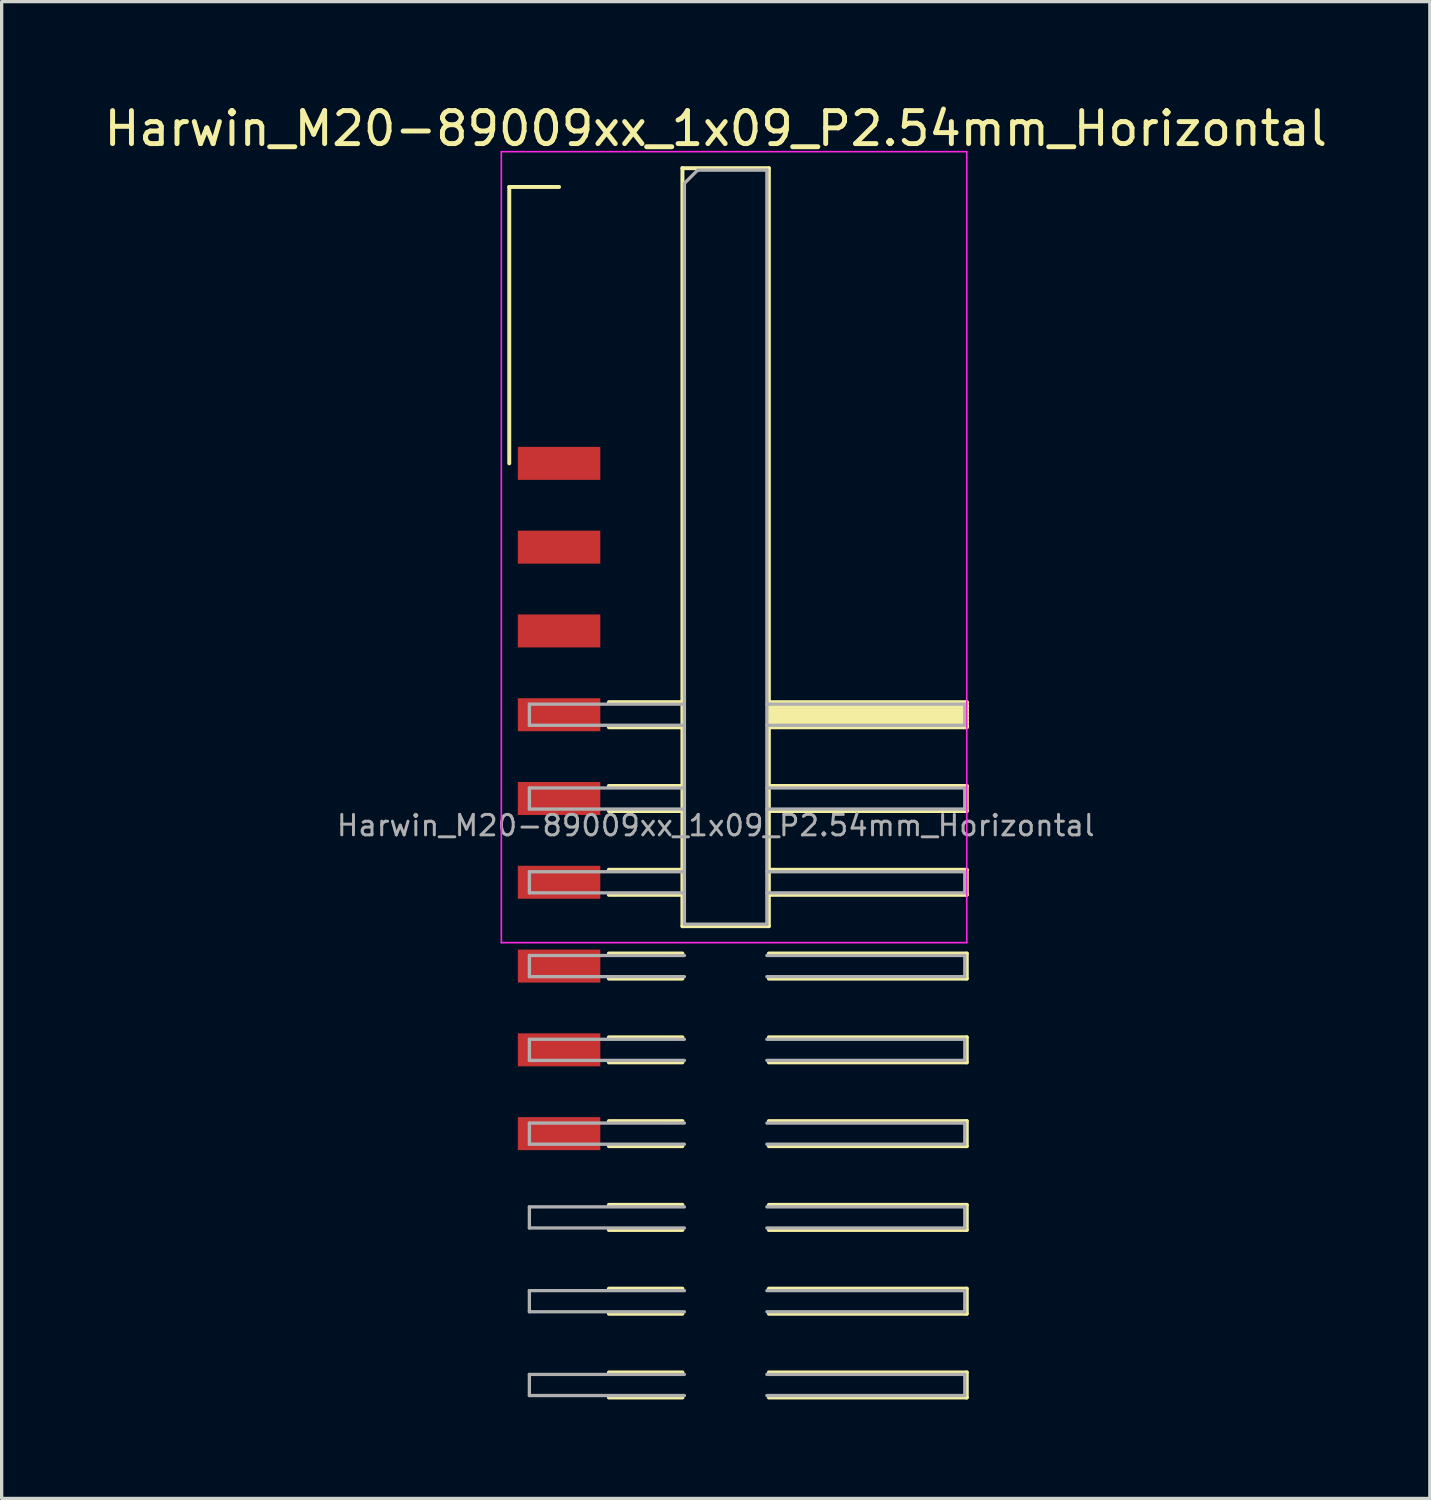
<source format=kicad_pcb>
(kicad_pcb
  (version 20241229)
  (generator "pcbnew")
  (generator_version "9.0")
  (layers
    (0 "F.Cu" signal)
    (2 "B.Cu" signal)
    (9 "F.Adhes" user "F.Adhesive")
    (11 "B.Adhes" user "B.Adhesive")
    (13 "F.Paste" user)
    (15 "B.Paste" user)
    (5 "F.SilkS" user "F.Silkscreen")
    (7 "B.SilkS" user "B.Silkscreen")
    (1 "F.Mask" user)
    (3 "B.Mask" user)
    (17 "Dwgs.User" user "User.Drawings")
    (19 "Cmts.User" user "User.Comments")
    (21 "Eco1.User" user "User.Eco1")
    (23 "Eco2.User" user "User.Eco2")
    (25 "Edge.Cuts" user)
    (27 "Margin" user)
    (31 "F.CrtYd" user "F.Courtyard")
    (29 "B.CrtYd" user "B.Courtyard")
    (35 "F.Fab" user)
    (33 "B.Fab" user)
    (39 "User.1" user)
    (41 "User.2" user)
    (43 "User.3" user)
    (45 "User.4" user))
  (footprint "Harwin_M20-89009xx_1x09_P2.54mm_Horizontal"
    (layer "F.Cu")
    (at 13.899 10.998)
    (property "Reference" "Harwin_M20-89009xx_1x09_P2.54mm_Horizontal" (at 4.75 -10.15 0) (layer "F.SilkS") (effects (font (size 1 1) (thickness 0.15))))
    (attr smd)
    (fp_line (start -1.51 -8.38) (end 0 -8.38) (stroke (width 0.12) (type solid)) (layer "F.SilkS"))
    (fp_line (start -1.51 0) (end -1.51 -8.38) (stroke (width 0.12) (type solid)) (layer "F.SilkS"))
    (fp_line (start 1.51 7.24) (end 3.74 7.24) (stroke (width 0.12) (type solid)) (layer "F.SilkS"))
    (fp_line (start 1.51 8) (end 3.74 8) (stroke (width 0.12) (type solid)) (layer "F.SilkS"))
    (fp_line (start 1.51 9.78) (end 3.74 9.78) (stroke (width 0.12) (type solid)) (layer "F.SilkS"))
    (fp_line (start 1.51 10.54) (end 3.74 10.54) (stroke (width 0.12) (type solid)) (layer "F.SilkS"))
    (fp_line (start 1.51 12.32) (end 3.74 12.32) (stroke (width 0.12) (type solid)) (layer "F.SilkS"))
    (fp_line (start 1.51 13.08) (end 3.74 13.08) (stroke (width 0.12) (type solid)) (layer "F.SilkS"))
    (fp_line (start 1.51 14.86) (end 3.74 14.86) (stroke (width 0.12) (type solid)) (layer "F.SilkS"))
    (fp_line (start 1.51 15.62) (end 3.74 15.62) (stroke (width 0.12) (type solid)) (layer "F.SilkS"))
    (fp_line (start 1.51 17.4) (end 3.74 17.4) (stroke (width 0.12) (type solid)) (layer "F.SilkS"))
    (fp_line (start 1.51 18.16) (end 3.74 18.16) (stroke (width 0.12) (type solid)) (layer "F.SilkS"))
    (fp_line (start 1.51 19.94) (end 3.74 19.94) (stroke (width 0.12) (type solid)) (layer "F.SilkS"))
    (fp_line (start 1.51 20.7) (end 3.74 20.7) (stroke (width 0.12) (type solid)) (layer "F.SilkS"))
    (fp_line (start 1.51 22.48) (end 3.74 22.48) (stroke (width 0.12) (type solid)) (layer "F.SilkS"))
    (fp_line (start 1.51 23.24) (end 3.74 23.24) (stroke (width 0.12) (type solid)) (layer "F.SilkS"))
    (fp_line (start 1.51 25.02) (end 3.74 25.02) (stroke (width 0.12) (type solid)) (layer "F.SilkS"))
    (fp_line (start 1.51 25.78) (end 3.74 25.78) (stroke (width 0.12) (type solid)) (layer "F.SilkS"))
    (fp_line (start 1.51 27.56) (end 3.74 27.56) (stroke (width 0.12) (type solid)) (layer "F.SilkS"))
    (fp_line (start 1.51 28.32) (end 3.74 28.32) (stroke (width 0.12) (type solid)) (layer "F.SilkS"))
    (fp_line (start 3.74 -8.95) (end 6.36 -8.95) (stroke (width 0.12) (type solid)) (layer "F.SilkS"))
    (fp_line (start 3.74 14.03) (end 3.74 -8.95) (stroke (width 0.12) (type solid)) (layer "F.SilkS"))
    (fp_line (start 6.36 -8.95) (end 6.36 14.03) (stroke (width 0.12) (type solid)) (layer "F.SilkS"))
    (fp_line (start 6.36 7.24) (end 12.36 7.24) (stroke (width 0.12) (type solid)) (layer "F.SilkS"))
    (fp_line (start 6.36 7.36) (end 6.36 7.36) (stroke (width 0.12) (type solid)) (layer "F.SilkS"))
    (fp_line (start 6.36 7.36) (end 12.36 7.36) (stroke (width 0.12) (type solid)) (layer "F.SilkS"))
    (fp_line (start 6.36 7.48) (end 6.36 7.48) (stroke (width 0.12) (type solid)) (layer "F.SilkS"))
    (fp_line (start 6.36 7.48) (end 12.36 7.48) (stroke (width 0.12) (type solid)) (layer "F.SilkS"))
    (fp_line (start 6.36 7.6) (end 6.36 7.6) (stroke (width 0.12) (type solid)) (layer "F.SilkS"))
    (fp_line (start 6.36 7.6) (end 12.36 7.6) (stroke (width 0.12) (type solid)) (layer "F.SilkS"))
    (fp_line (start 6.36 7.72) (end 6.36 7.72) (stroke (width 0.12) (type solid)) (layer "F.SilkS"))
    (fp_line (start 6.36 7.72) (end 12.36 7.72) (stroke (width 0.12) (type solid)) (layer "F.SilkS"))
    (fp_line (start 6.36 7.84) (end 6.36 7.84) (stroke (width 0.12) (type solid)) (layer "F.SilkS"))
    (fp_line (start 6.36 7.84) (end 12.36 7.84) (stroke (width 0.12) (type solid)) (layer "F.SilkS"))
    (fp_line (start 6.36 7.96) (end 6.36 7.96) (stroke (width 0.12) (type solid)) (layer "F.SilkS"))
    (fp_line (start 6.36 7.96) (end 12.36 7.96) (stroke (width 0.12) (type solid)) (layer "F.SilkS"))
    (fp_line (start 6.36 9.78) (end 12.36 9.78) (stroke (width 0.12) (type solid)) (layer "F.SilkS"))
    (fp_line (start 6.36 12.32) (end 12.36 12.32) (stroke (width 0.12) (type solid)) (layer "F.SilkS"))
    (fp_line (start 6.36 14.03) (end 3.74 14.03) (stroke (width 0.12) (type solid)) (layer "F.SilkS"))
    (fp_line (start 6.36 14.86) (end 12.36 14.86) (stroke (width 0.12) (type solid)) (layer "F.SilkS"))
    (fp_line (start 6.36 17.4) (end 12.36 17.4) (stroke (width 0.12) (type solid)) (layer "F.SilkS"))
    (fp_line (start 6.36 19.94) (end 12.36 19.94) (stroke (width 0.12) (type solid)) (layer "F.SilkS"))
    (fp_line (start 6.36 22.48) (end 12.36 22.48) (stroke (width 0.12) (type solid)) (layer "F.SilkS"))
    (fp_line (start 6.36 25.02) (end 12.36 25.02) (stroke (width 0.12) (type solid)) (layer "F.SilkS"))
    (fp_line (start 6.36 27.56) (end 12.36 27.56) (stroke (width 0.12) (type solid)) (layer "F.SilkS"))
    (fp_line (start 12.36 7.24) (end 12.36 8) (stroke (width 0.12) (type solid)) (layer "F.SilkS"))
    (fp_line (start 12.36 7.36) (end 6.36 7.36) (stroke (width 0.12) (type solid)) (layer "F.SilkS"))
    (fp_line (start 12.36 7.36) (end 12.36 7.36) (stroke (width 0.12) (type solid)) (layer "F.SilkS"))
    (fp_line (start 12.36 7.48) (end 6.36 7.48) (stroke (width 0.12) (type solid)) (layer "F.SilkS"))
    (fp_line (start 12.36 7.48) (end 12.36 7.48) (stroke (width 0.12) (type solid)) (layer "F.SilkS"))
    (fp_line (start 12.36 7.6) (end 6.36 7.6) (stroke (width 0.12) (type solid)) (layer "F.SilkS"))
    (fp_line (start 12.36 7.6) (end 12.36 7.6) (stroke (width 0.12) (type solid)) (layer "F.SilkS"))
    (fp_line (start 12.36 7.72) (end 6.36 7.72) (stroke (width 0.12) (type solid)) (layer "F.SilkS"))
    (fp_line (start 12.36 7.72) (end 12.36 7.72) (stroke (width 0.12) (type solid)) (layer "F.SilkS"))
    (fp_line (start 12.36 7.84) (end 6.36 7.84) (stroke (width 0.12) (type solid)) (layer "F.SilkS"))
    (fp_line (start 12.36 7.84) (end 12.36 7.84) (stroke (width 0.12) (type solid)) (layer "F.SilkS"))
    (fp_line (start 12.36 7.96) (end 6.36 7.96) (stroke (width 0.12) (type solid)) (layer "F.SilkS"))
    (fp_line (start 12.36 7.96) (end 12.36 7.96) (stroke (width 0.12) (type solid)) (layer "F.SilkS"))
    (fp_line (start 12.36 8) (end 6.36 8) (stroke (width 0.12) (type solid)) (layer "F.SilkS"))
    (fp_line (start 12.36 9.78) (end 12.36 10.54) (stroke (width 0.12) (type solid)) (layer "F.SilkS"))
    (fp_line (start 12.36 10.54) (end 6.36 10.54) (stroke (width 0.12) (type solid)) (layer "F.SilkS"))
    (fp_line (start 12.36 12.32) (end 12.36 13.08) (stroke (width 0.12) (type solid)) (layer "F.SilkS"))
    (fp_line (start 12.36 13.08) (end 6.36 13.08) (stroke (width 0.12) (type solid)) (layer "F.SilkS"))
    (fp_line (start 12.36 14.86) (end 12.36 15.62) (stroke (width 0.12) (type solid)) (layer "F.SilkS"))
    (fp_line (start 12.36 15.62) (end 6.36 15.62) (stroke (width 0.12) (type solid)) (layer "F.SilkS"))
    (fp_line (start 12.36 17.4) (end 12.36 18.16) (stroke (width 0.12) (type solid)) (layer "F.SilkS"))
    (fp_line (start 12.36 18.16) (end 6.36 18.16) (stroke (width 0.12) (type solid)) (layer "F.SilkS"))
    (fp_line (start 12.36 19.94) (end 12.36 20.7) (stroke (width 0.12) (type solid)) (layer "F.SilkS"))
    (fp_line (start 12.36 20.7) (end 6.36 20.7) (stroke (width 0.12) (type solid)) (layer "F.SilkS"))
    (fp_line (start 12.36 22.48) (end 12.36 23.24) (stroke (width 0.12) (type solid)) (layer "F.SilkS"))
    (fp_line (start 12.36 23.24) (end 6.36 23.24) (stroke (width 0.12) (type solid)) (layer "F.SilkS"))
    (fp_line (start 12.36 25.02) (end 12.36 25.78) (stroke (width 0.12) (type solid)) (layer "F.SilkS"))
    (fp_line (start 12.36 25.78) (end 6.36 25.78) (stroke (width 0.12) (type solid)) (layer "F.SilkS"))
    (fp_line (start 12.36 27.56) (end 12.36 28.32) (stroke (width 0.12) (type solid)) (layer "F.SilkS"))
    (fp_line (start 12.36 28.32) (end 6.36 28.32) (stroke (width 0.12) (type solid)) (layer "F.SilkS"))
    (fp_line (start -1.75 -9.45) (end 12.36 -9.45) (stroke (width 0.05) (type solid)) (layer "F.CrtYd"))
    (fp_line (start -1.75 14.53) (end -1.75 -9.45) (stroke (width 0.05) (type solid)) (layer "F.CrtYd"))
    (fp_line (start 12.36 -9.45) (end 12.36 14.53) (stroke (width 0.05) (type solid)) (layer "F.CrtYd"))
    (fp_line (start 12.36 14.53) (end -1.75 14.53) (stroke (width 0.05) (type solid)) (layer "F.CrtYd"))
    (fp_line (start -0.9 7.3) (end -0.9 7.94) (stroke (width 0.1) (type solid)) (layer "F.Fab"))
    (fp_line (start -0.9 7.94) (end 3.8 7.94) (stroke (width 0.1) (type solid)) (layer "F.Fab"))
    (fp_line (start -0.9 9.84) (end -0.9 10.48) (stroke (width 0.1) (type solid)) (layer "F.Fab"))
    (fp_line (start -0.9 10.48) (end 3.8 10.48) (stroke (width 0.1) (type solid)) (layer "F.Fab"))
    (fp_line (start -0.9 12.38) (end -0.9 13.02) (stroke (width 0.1) (type solid)) (layer "F.Fab"))
    (fp_line (start -0.9 13.02) (end 3.8 13.02) (stroke (width 0.1) (type solid)) (layer "F.Fab"))
    (fp_line (start -0.9 14.92) (end -0.9 15.56) (stroke (width 0.1) (type solid)) (layer "F.Fab"))
    (fp_line (start -0.9 15.56) (end 3.8 15.56) (stroke (width 0.1) (type solid)) (layer "F.Fab"))
    (fp_line (start -0.9 17.46) (end -0.9 18.1) (stroke (width 0.1) (type solid)) (layer "F.Fab"))
    (fp_line (start -0.9 18.1) (end 3.8 18.1) (stroke (width 0.1) (type solid)) (layer "F.Fab"))
    (fp_line (start -0.9 20) (end -0.9 20.64) (stroke (width 0.1) (type solid)) (layer "F.Fab"))
    (fp_line (start -0.9 20.64) (end 3.8 20.64) (stroke (width 0.1) (type solid)) (layer "F.Fab"))
    (fp_line (start -0.9 22.54) (end -0.9 23.18) (stroke (width 0.1) (type solid)) (layer "F.Fab"))
    (fp_line (start -0.9 23.18) (end 3.8 23.18) (stroke (width 0.1) (type solid)) (layer "F.Fab"))
    (fp_line (start -0.9 25.08) (end -0.9 25.72) (stroke (width 0.1) (type solid)) (layer "F.Fab"))
    (fp_line (start -0.9 25.72) (end 3.8 25.72) (stroke (width 0.1) (type solid)) (layer "F.Fab"))
    (fp_line (start -0.9 27.62) (end -0.9 28.26) (stroke (width 0.1) (type solid)) (layer "F.Fab"))
    (fp_line (start -0.9 28.26) (end 3.8 28.26) (stroke (width 0.1) (type solid)) (layer "F.Fab"))
    (fp_line (start 3.8 -8.49) (end 4.2 -8.89) (stroke (width 0.1) (type solid)) (layer "F.Fab"))
    (fp_line (start 3.8 7.3) (end -0.9 7.3) (stroke (width 0.1) (type solid)) (layer "F.Fab"))
    (fp_line (start 3.8 9.84) (end -0.9 9.84) (stroke (width 0.1) (type solid)) (layer "F.Fab"))
    (fp_line (start 3.8 12.38) (end -0.9 12.38) (stroke (width 0.1) (type solid)) (layer "F.Fab"))
    (fp_line (start 3.8 13.97) (end 3.8 -8.49) (stroke (width 0.1) (type solid)) (layer "F.Fab"))
    (fp_line (start 3.8 14.92) (end -0.9 14.92) (stroke (width 0.1) (type solid)) (layer "F.Fab"))
    (fp_line (start 3.8 17.46) (end -0.9 17.46) (stroke (width 0.1) (type solid)) (layer "F.Fab"))
    (fp_line (start 3.8 20) (end -0.9 20) (stroke (width 0.1) (type solid)) (layer "F.Fab"))
    (fp_line (start 3.8 22.54) (end -0.9 22.54) (stroke (width 0.1) (type solid)) (layer "F.Fab"))
    (fp_line (start 3.8 25.08) (end -0.9 25.08) (stroke (width 0.1) (type solid)) (layer "F.Fab"))
    (fp_line (start 3.8 27.62) (end -0.9 27.62) (stroke (width 0.1) (type solid)) (layer "F.Fab"))
    (fp_line (start 4.2 -8.89) (end 6.3 -8.89) (stroke (width 0.1) (type solid)) (layer "F.Fab"))
    (fp_line (start 6.3 -8.89) (end 6.3 13.97) (stroke (width 0.1) (type solid)) (layer "F.Fab"))
    (fp_line (start 6.3 7.3) (end 12.3 7.3) (stroke (width 0.1) (type solid)) (layer "F.Fab"))
    (fp_line (start 6.3 9.84) (end 12.3 9.84) (stroke (width 0.1) (type solid)) (layer "F.Fab"))
    (fp_line (start 6.3 12.38) (end 12.3 12.38) (stroke (width 0.1) (type solid)) (layer "F.Fab"))
    (fp_line (start 6.3 13.97) (end 3.8 13.97) (stroke (width 0.1) (type solid)) (layer "F.Fab"))
    (fp_line (start 6.3 14.92) (end 12.3 14.92) (stroke (width 0.1) (type solid)) (layer "F.Fab"))
    (fp_line (start 6.3 17.46) (end 12.3 17.46) (stroke (width 0.1) (type solid)) (layer "F.Fab"))
    (fp_line (start 6.3 20) (end 12.3 20) (stroke (width 0.1) (type solid)) (layer "F.Fab"))
    (fp_line (start 6.3 22.54) (end 12.3 22.54) (stroke (width 0.1) (type solid)) (layer "F.Fab"))
    (fp_line (start 6.3 25.08) (end 12.3 25.08) (stroke (width 0.1) (type solid)) (layer "F.Fab"))
    (fp_line (start 6.3 27.62) (end 12.3 27.62) (stroke (width 0.1) (type solid)) (layer "F.Fab"))
    (fp_line (start 12.3 7.3) (end 12.3 7.94) (stroke (width 0.1) (type solid)) (layer "F.Fab"))
    (fp_line (start 12.3 7.94) (end 6.3 7.94) (stroke (width 0.1) (type solid)) (layer "F.Fab"))
    (fp_line (start 12.3 9.84) (end 12.3 10.48) (stroke (width 0.1) (type solid)) (layer "F.Fab"))
    (fp_line (start 12.3 10.48) (end 6.3 10.48) (stroke (width 0.1) (type solid)) (layer "F.Fab"))
    (fp_line (start 12.3 12.38) (end 12.3 13.02) (stroke (width 0.1) (type solid)) (layer "F.Fab"))
    (fp_line (start 12.3 13.02) (end 6.3 13.02) (stroke (width 0.1) (type solid)) (layer "F.Fab"))
    (fp_line (start 12.3 14.92) (end 12.3 15.56) (stroke (width 0.1) (type solid)) (layer "F.Fab"))
    (fp_line (start 12.3 15.56) (end 6.3 15.56) (stroke (width 0.1) (type solid)) (layer "F.Fab"))
    (fp_line (start 12.3 17.46) (end 12.3 18.1) (stroke (width 0.1) (type solid)) (layer "F.Fab"))
    (fp_line (start 12.3 18.1) (end 6.3 18.1) (stroke (width 0.1) (type solid)) (layer "F.Fab"))
    (fp_line (start 12.3 20) (end 12.3 20.64) (stroke (width 0.1) (type solid)) (layer "F.Fab"))
    (fp_line (start 12.3 20.64) (end 6.3 20.64) (stroke (width 0.1) (type solid)) (layer "F.Fab"))
    (fp_line (start 12.3 22.54) (end 12.3 23.18) (stroke (width 0.1) (type solid)) (layer "F.Fab"))
    (fp_line (start 12.3 23.18) (end 6.3 23.18) (stroke (width 0.1) (type solid)) (layer "F.Fab"))
    (fp_line (start 12.3 25.08) (end 12.3 25.72) (stroke (width 0.1) (type solid)) (layer "F.Fab"))
    (fp_line (start 12.3 25.72) (end 6.3 25.72) (stroke (width 0.1) (type solid)) (layer "F.Fab"))
    (fp_line (start 12.3 27.62) (end 12.3 28.26) (stroke (width 0.1) (type solid)) (layer "F.Fab"))
    (fp_line (start 12.3 28.26) (end 6.3 28.26) (stroke (width 0.1) (type solid)) (layer "F.Fab"))
    (fp_text user "${REFERENCE}" (at 4.75 10.98 0) (layer "F.Fab") (effects (font (size 0.62 0.62) (thickness 0.09))))
    (pad "1" smd rect (at 0 0) (size 2.5 1) (layers "F.Cu" "F.Mask" "F.Paste"))
    (pad "2" smd rect (at 0 2.54) (size 2.5 1) (layers "F.Cu" "F.Mask" "F.Paste"))
    (pad "3" smd rect (at 0 5.08) (size 2.5 1) (layers "F.Cu" "F.Mask" "F.Paste"))
    (pad "4" smd rect (at 0 7.62) (size 2.5 1) (layers "F.Cu" "F.Mask" "F.Paste"))
    (pad "5" smd rect (at 0 10.16) (size 2.5 1) (layers "F.Cu" "F.Mask" "F.Paste"))
    (pad "6" smd rect (at 0 12.7) (size 2.5 1) (layers "F.Cu" "F.Mask" "F.Paste"))
    (pad "7" smd rect (at 0 15.24) (size 2.5 1) (layers "F.Cu" "F.Mask" "F.Paste"))
    (pad "8" smd rect (at 0 17.78) (size 2.5 1) (layers "F.Cu" "F.Mask" "F.Paste"))
    (pad "9" smd rect (at 0 20.32) (size 2.5 1) (layers "F.Cu" "F.Mask" "F.Paste")))
  (gr_rect
    (start -3 -3)
    (end 40.298 42.378)
    (stroke (width 0.1) (type default))
    (fill no)
    (layer "Edge.Cuts")))
</source>
